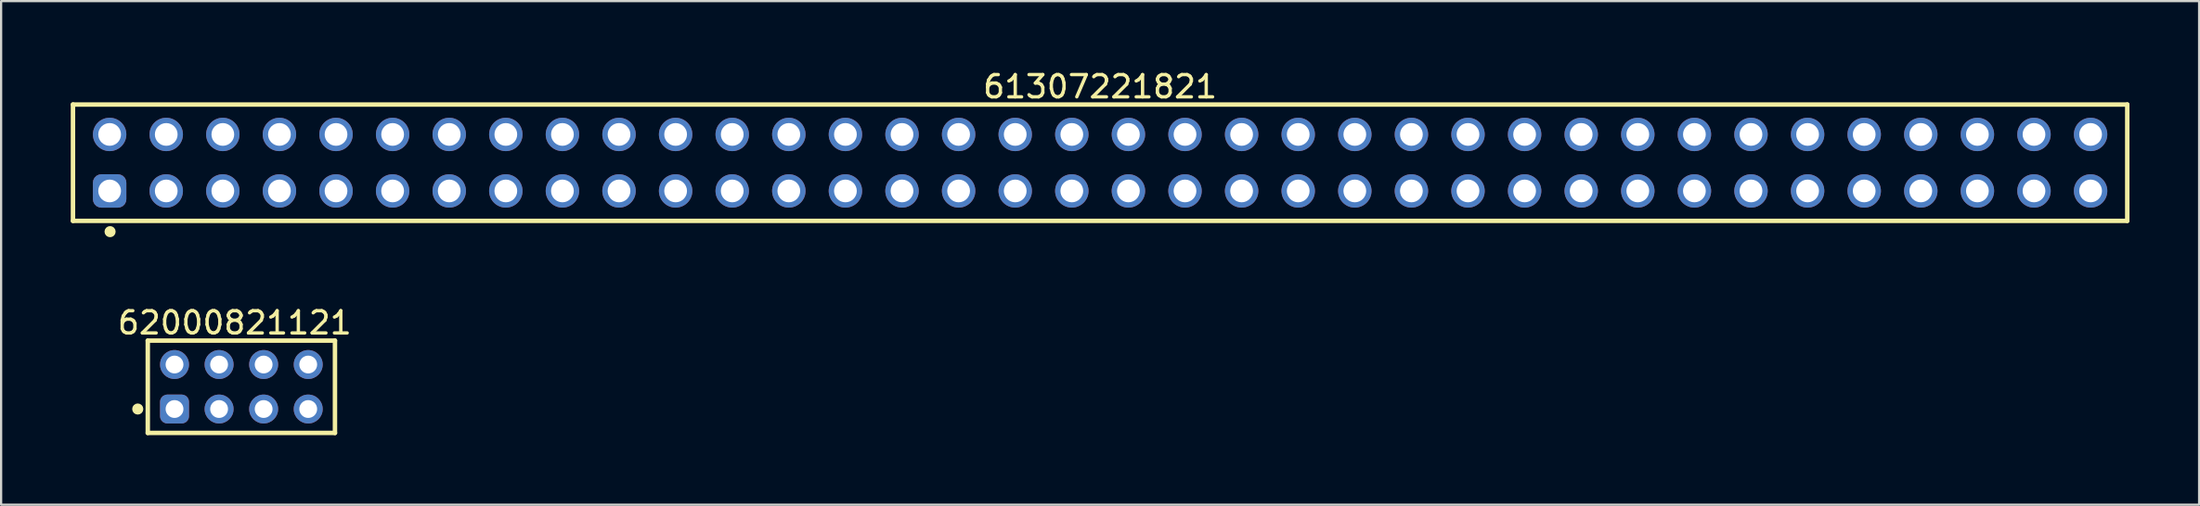
<source format=kicad_pcb>
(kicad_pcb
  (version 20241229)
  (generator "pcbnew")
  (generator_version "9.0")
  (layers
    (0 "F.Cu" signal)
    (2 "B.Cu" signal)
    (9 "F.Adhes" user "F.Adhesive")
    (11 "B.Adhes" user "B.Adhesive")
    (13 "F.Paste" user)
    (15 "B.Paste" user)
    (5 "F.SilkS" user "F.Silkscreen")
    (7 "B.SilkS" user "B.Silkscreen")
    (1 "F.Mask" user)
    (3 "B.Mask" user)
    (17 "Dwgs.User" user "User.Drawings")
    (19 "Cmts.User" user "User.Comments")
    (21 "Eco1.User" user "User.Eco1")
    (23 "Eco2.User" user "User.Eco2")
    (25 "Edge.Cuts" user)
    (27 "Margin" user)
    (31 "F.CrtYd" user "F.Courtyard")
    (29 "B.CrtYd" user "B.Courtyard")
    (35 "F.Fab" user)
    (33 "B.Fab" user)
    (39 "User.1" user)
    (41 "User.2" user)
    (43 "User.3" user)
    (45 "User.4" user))
  (footprint "62000821121"
    (layer "F.Cu")
    (at 7.782 14.336)
    (property "Reference" "62000821121" (at -0.3 -2.875 0) (layer "F.SilkS") (effects (font (size 1 1) (thickness 0.15))))
    (fp_line (start -4.2 -2.075) (end 4.2 -2.075) (stroke (width 0.2) (type solid)) (layer "F.SilkS"))
    (fp_line (start -4.2 2.075) (end -4.2 -2.075) (stroke (width 0.2) (type solid)) (layer "F.SilkS"))
    (fp_line (start -4.2 2.075) (end 4.2 2.075) (stroke (width 0.2) (type solid)) (layer "F.SilkS"))
    (fp_line (start 4.2 2.075) (end 4.2 -2.075) (stroke (width 0.2) (type solid)) (layer "F.SilkS"))
    (fp_circle (center -4.65 1) (end -4.65 0.875) (stroke (width 0.25) (type solid)) (fill no) (layer "F.SilkS"))
    (fp_line (start -4.4 -2.275) (end 4.4 -2.275) (stroke (width 0.05) (type solid)) (layer "Eco2.User"))
    (fp_line (start -4.4 2.275) (end -4.4 -2.275) (stroke (width 0.05) (type solid)) (layer "Eco2.User"))
    (fp_line (start -4.4 2.275) (end 4.4 2.275) (stroke (width 0.05) (type solid)) (layer "Eco2.User"))
    (fp_line (start -4 -2) (end 4 -2) (stroke (width 0.1) (type solid)) (layer "Eco2.User"))
    (fp_line (start -4 2) (end -4 -2) (stroke (width 0.1) (type solid)) (layer "Eco2.User"))
    (fp_line (start -4 2) (end 4 2) (stroke (width 0.1) (type solid)) (layer "Eco2.User"))
    (fp_line (start -0.5 0) (end 0.5 0) (stroke (width 0.05) (type solid)) (layer "Eco2.User"))
    (fp_line (start 0 0.5) (end 0 -0.5) (stroke (width 0.05) (type solid)) (layer "Eco2.User"))
    (fp_line (start 4 2) (end 4 -2) (stroke (width 0.1) (type solid)) (layer "Eco2.User"))
    (fp_line (start 4.4 2.275) (end 4.4 -2.275) (stroke (width 0.05) (type solid)) (layer "Eco2.User"))
    (fp_text user "${REFERENCE}" (at 0.15 -0.197 0) (unlocked yes) (layer "User.3") (effects (font (size 1.5 1.5) (thickness 0.15))))
    (pad "1" thru_hole roundrect (at -3 1) (size 1.3 1.3) (drill 0.8) (layers "*.Cu" "*.Mask") (roundrect_rratio 0.25))
    (pad "2" thru_hole circle (at -3 -1) (size 1.3 1.3) (drill 0.8) (layers "*.Cu" "*.Mask"))
    (pad "3" thru_hole circle (at -1 1) (size 1.3 1.3) (drill 0.8) (layers "*.Cu" "*.Mask"))
    (pad "4" thru_hole circle (at -1 -1) (size 1.3 1.3) (drill 0.8) (layers "*.Cu" "*.Mask"))
    (pad "5" thru_hole circle (at 1 1) (size 1.3 1.3) (drill 0.8) (layers "*.Cu" "*.Mask"))
    (pad "6" thru_hole circle (at 1 -1) (size 1.3 1.3) (drill 0.8) (layers "*.Cu" "*.Mask"))
    (pad "7" thru_hole circle (at 3 1) (size 1.3 1.3) (drill 0.8) (layers "*.Cu" "*.Mask"))
    (pad "8" thru_hole circle (at 3 -1) (size 1.3 1.3) (drill 0.8) (layers "*.Cu" "*.Mask")))
  (footprint "61307221821"
    (layer "F.Cu")
    (at 46.32 4.263)
    (property "Reference" "61307221821" (at 0 -3.415 0) (layer "F.SilkS") (effects (font (size 1 1) (thickness 0.15))))
    (fp_line (start -46.095 -2.615) (end 46.095 -2.615) (stroke (width 0.2) (type solid)) (layer "F.SilkS"))
    (fp_line (start -46.095 2.615) (end -46.095 -2.615) (stroke (width 0.2) (type solid)) (layer "F.SilkS"))
    (fp_line (start -46.095 2.615) (end 46.095 2.615) (stroke (width 0.2) (type solid)) (layer "F.SilkS"))
    (fp_line (start 46.095 2.615) (end 46.095 -2.615) (stroke (width 0.2) (type solid)) (layer "F.SilkS"))
    (fp_circle (center -44.43 3.1) (end -44.43 2.975) (stroke (width 0.25) (type solid)) (fill no) (layer "F.SilkS"))
    (fp_line (start -46.295 -2.815) (end 46.295 -2.815) (stroke (width 0.05) (type solid)) (layer "Eco2.User"))
    (fp_line (start -46.295 2.815) (end -46.295 -2.815) (stroke (width 0.05) (type solid)) (layer "Eco2.User"))
    (fp_line (start -46.295 2.815) (end 46.295 2.815) (stroke (width 0.05) (type solid)) (layer "Eco2.User"))
    (fp_line (start -45.97 -2.54) (end 45.97 -2.54) (stroke (width 0.1) (type solid)) (layer "Eco2.User"))
    (fp_line (start -45.97 2.54) (end -45.97 -2.54) (stroke (width 0.1) (type solid)) (layer "Eco2.User"))
    (fp_line (start -45.97 2.54) (end 45.97 2.54) (stroke (width 0.1) (type solid)) (layer "Eco2.User"))
    (fp_line (start -0.5 0) (end 0.5 0) (stroke (width 0.05) (type solid)) (layer "Eco2.User"))
    (fp_line (start 0 0.5) (end 0 -0.5) (stroke (width 0.05) (type solid)) (layer "Eco2.User"))
    (fp_line (start 45.97 2.54) (end 45.97 -2.54) (stroke (width 0.1) (type solid)) (layer "Eco2.User"))
    (fp_line (start 46.295 2.815) (end 46.295 -2.815) (stroke (width 0.05) (type solid)) (layer "Eco2.User"))
    (fp_text user "${REFERENCE}" (at 0.15 -0.197 0) (unlocked yes) (layer "User.3") (effects (font (size 1.5 1.5) (thickness 0.15))))
    (pad "1" thru_hole roundrect (at -44.45 1.27) (size 1.5 1.5) (drill 1.02) (layers "*.Cu" "*.Mask") (roundrect_rratio 0.25))
    (pad "2" thru_hole circle (at -44.45 -1.27) (size 1.5 1.5) (drill 1.02) (layers "*.Cu" "*.Mask"))
    (pad "3" thru_hole circle (at -41.91 1.27) (size 1.5 1.5) (drill 1.02) (layers "*.Cu" "*.Mask"))
    (pad "4" thru_hole circle (at -41.91 -1.27) (size 1.5 1.5) (drill 1.02) (layers "*.Cu" "*.Mask"))
    (pad "5" thru_hole circle (at -39.37 1.27) (size 1.5 1.5) (drill 1.02) (layers "*.Cu" "*.Mask"))
    (pad "6" thru_hole circle (at -39.37 -1.27) (size 1.5 1.5) (drill 1.02) (layers "*.Cu" "*.Mask"))
    (pad "7" thru_hole circle (at -36.83 1.27) (size 1.5 1.5) (drill 1.02) (layers "*.Cu" "*.Mask"))
    (pad "8" thru_hole circle (at -36.83 -1.27) (size 1.5 1.5) (drill 1.02) (layers "*.Cu" "*.Mask"))
    (pad "9" thru_hole circle (at -34.29 1.27) (size 1.5 1.5) (drill 1.02) (layers "*.Cu" "*.Mask"))
    (pad "10" thru_hole circle (at -34.29 -1.27) (size 1.5 1.5) (drill 1.02) (layers "*.Cu" "*.Mask"))
    (pad "11" thru_hole circle (at -31.75 1.27) (size 1.5 1.5) (drill 1.02) (layers "*.Cu" "*.Mask"))
    (pad "12" thru_hole circle (at -31.75 -1.27) (size 1.5 1.5) (drill 1.02) (layers "*.Cu" "*.Mask"))
    (pad "13" thru_hole circle (at -29.21 1.27) (size 1.5 1.5) (drill 1.02) (layers "*.Cu" "*.Mask"))
    (pad "14" thru_hole circle (at -29.21 -1.27) (size 1.5 1.5) (drill 1.02) (layers "*.Cu" "*.Mask"))
    (pad "15" thru_hole circle (at -26.67 1.27) (size 1.5 1.5) (drill 1.02) (layers "*.Cu" "*.Mask"))
    (pad "16" thru_hole circle (at -26.67 -1.27) (size 1.5 1.5) (drill 1.02) (layers "*.Cu" "*.Mask"))
    (pad "17" thru_hole circle (at -24.13 1.27) (size 1.5 1.5) (drill 1.02) (layers "*.Cu" "*.Mask"))
    (pad "18" thru_hole circle (at -24.13 -1.27) (size 1.5 1.5) (drill 1.02) (layers "*.Cu" "*.Mask"))
    (pad "19" thru_hole circle (at -21.59 1.27) (size 1.5 1.5) (drill 1.02) (layers "*.Cu" "*.Mask"))
    (pad "20" thru_hole circle (at -21.59 -1.27) (size 1.5 1.5) (drill 1.02) (layers "*.Cu" "*.Mask"))
    (pad "21" thru_hole circle (at -19.05 1.27) (size 1.5 1.5) (drill 1.02) (layers "*.Cu" "*.Mask"))
    (pad "22" thru_hole circle (at -19.05 -1.27) (size 1.5 1.5) (drill 1.02) (layers "*.Cu" "*.Mask"))
    (pad "23" thru_hole circle (at -16.51 1.27) (size 1.5 1.5) (drill 1.02) (layers "*.Cu" "*.Mask"))
    (pad "24" thru_hole circle (at -16.51 -1.27) (size 1.5 1.5) (drill 1.02) (layers "*.Cu" "*.Mask"))
    (pad "25" thru_hole circle (at -13.97 1.27) (size 1.5 1.5) (drill 1.02) (layers "*.Cu" "*.Mask"))
    (pad "26" thru_hole circle (at -13.97 -1.27) (size 1.5 1.5) (drill 1.02) (layers "*.Cu" "*.Mask"))
    (pad "27" thru_hole circle (at -11.43 1.27) (size 1.5 1.5) (drill 1.02) (layers "*.Cu" "*.Mask"))
    (pad "28" thru_hole circle (at -11.43 -1.27) (size 1.5 1.5) (drill 1.02) (layers "*.Cu" "*.Mask"))
    (pad "29" thru_hole circle (at -8.89 1.27) (size 1.5 1.5) (drill 1.02) (layers "*.Cu" "*.Mask"))
    (pad "30" thru_hole circle (at -8.89 -1.27) (size 1.5 1.5) (drill 1.02) (layers "*.Cu" "*.Mask"))
    (pad "31" thru_hole circle (at -6.35 1.27) (size 1.5 1.5) (drill 1.02) (layers "*.Cu" "*.Mask"))
    (pad "32" thru_hole circle (at -6.35 -1.27) (size 1.5 1.5) (drill 1.02) (layers "*.Cu" "*.Mask"))
    (pad "33" thru_hole circle (at -3.81 1.27) (size 1.5 1.5) (drill 1.02) (layers "*.Cu" "*.Mask"))
    (pad "34" thru_hole circle (at -3.81 -1.27) (size 1.5 1.5) (drill 1.02) (layers "*.Cu" "*.Mask"))
    (pad "35" thru_hole circle (at -1.27 1.27) (size 1.5 1.5) (drill 1.02) (layers "*.Cu" "*.Mask"))
    (pad "36" thru_hole circle (at -1.27 -1.27) (size 1.5 1.5) (drill 1.02) (layers "*.Cu" "*.Mask"))
    (pad "37" thru_hole circle (at 1.27 1.27) (size 1.5 1.5) (drill 1.02) (layers "*.Cu" "*.Mask"))
    (pad "38" thru_hole circle (at 1.27 -1.27) (size 1.5 1.5) (drill 1.02) (layers "*.Cu" "*.Mask"))
    (pad "39" thru_hole circle (at 3.81 1.27) (size 1.5 1.5) (drill 1.02) (layers "*.Cu" "*.Mask"))
    (pad "40" thru_hole circle (at 3.81 -1.27) (size 1.5 1.5) (drill 1.02) (layers "*.Cu" "*.Mask"))
    (pad "41" thru_hole circle (at 6.35 1.27) (size 1.5 1.5) (drill 1.02) (layers "*.Cu" "*.Mask"))
    (pad "42" thru_hole circle (at 6.35 -1.27) (size 1.5 1.5) (drill 1.02) (layers "*.Cu" "*.Mask"))
    (pad "43" thru_hole circle (at 8.89 1.27) (size 1.5 1.5) (drill 1.02) (layers "*.Cu" "*.Mask"))
    (pad "44" thru_hole circle (at 8.89 -1.27) (size 1.5 1.5) (drill 1.02) (layers "*.Cu" "*.Mask"))
    (pad "45" thru_hole circle (at 11.43 1.27) (size 1.5 1.5) (drill 1.02) (layers "*.Cu" "*.Mask"))
    (pad "46" thru_hole circle (at 11.43 -1.27) (size 1.5 1.5) (drill 1.02) (layers "*.Cu" "*.Mask"))
    (pad "47" thru_hole circle (at 13.97 1.27) (size 1.5 1.5) (drill 1.02) (layers "*.Cu" "*.Mask"))
    (pad "48" thru_hole circle (at 13.97 -1.27) (size 1.5 1.5) (drill 1.02) (layers "*.Cu" "*.Mask"))
    (pad "49" thru_hole circle (at 16.51 1.27) (size 1.5 1.5) (drill 1.02) (layers "*.Cu" "*.Mask"))
    (pad "50" thru_hole circle (at 16.51 -1.27) (size 1.5 1.5) (drill 1.02) (layers "*.Cu" "*.Mask"))
    (pad "51" thru_hole circle (at 19.05 1.27) (size 1.5 1.5) (drill 1.02) (layers "*.Cu" "*.Mask"))
    (pad "52" thru_hole circle (at 19.05 -1.27) (size 1.5 1.5) (drill 1.02) (layers "*.Cu" "*.Mask"))
    (pad "53" thru_hole circle (at 21.59 1.27) (size 1.5 1.5) (drill 1.02) (layers "*.Cu" "*.Mask"))
    (pad "54" thru_hole circle (at 21.59 -1.27) (size 1.5 1.5) (drill 1.02) (layers "*.Cu" "*.Mask"))
    (pad "55" thru_hole circle (at 24.13 1.27) (size 1.5 1.5) (drill 1.02) (layers "*.Cu" "*.Mask"))
    (pad "56" thru_hole circle (at 24.13 -1.27) (size 1.5 1.5) (drill 1.02) (layers "*.Cu" "*.Mask"))
    (pad "57" thru_hole circle (at 26.67 1.27) (size 1.5 1.5) (drill 1.02) (layers "*.Cu" "*.Mask"))
    (pad "58" thru_hole circle (at 26.67 -1.27) (size 1.5 1.5) (drill 1.02) (layers "*.Cu" "*.Mask"))
    (pad "59" thru_hole circle (at 29.21 1.27) (size 1.5 1.5) (drill 1.02) (layers "*.Cu" "*.Mask"))
    (pad "60" thru_hole circle (at 29.21 -1.27) (size 1.5 1.5) (drill 1.02) (layers "*.Cu" "*.Mask"))
    (pad "61" thru_hole circle (at 31.75 1.27) (size 1.5 1.5) (drill 1.02) (layers "*.Cu" "*.Mask"))
    (pad "62" thru_hole circle (at 31.75 -1.27) (size 1.5 1.5) (drill 1.02) (layers "*.Cu" "*.Mask"))
    (pad "63" thru_hole circle (at 34.29 1.27) (size 1.5 1.5) (drill 1.02) (layers "*.Cu" "*.Mask"))
    (pad "64" thru_hole circle (at 34.29 -1.27) (size 1.5 1.5) (drill 1.02) (layers "*.Cu" "*.Mask"))
    (pad "65" thru_hole circle (at 36.83 1.27) (size 1.5 1.5) (drill 1.02) (layers "*.Cu" "*.Mask"))
    (pad "66" thru_hole circle (at 36.83 -1.27) (size 1.5 1.5) (drill 1.02) (layers "*.Cu" "*.Mask"))
    (pad "67" thru_hole circle (at 39.37 1.27) (size 1.5 1.5) (drill 1.02) (layers "*.Cu" "*.Mask"))
    (pad "68" thru_hole circle (at 39.37 -1.27) (size 1.5 1.5) (drill 1.02) (layers "*.Cu" "*.Mask"))
    (pad "69" thru_hole circle (at 41.91 1.27) (size 1.5 1.5) (drill 1.02) (layers "*.Cu" "*.Mask"))
    (pad "70" thru_hole circle (at 41.91 -1.27) (size 1.5 1.5) (drill 1.02) (layers "*.Cu" "*.Mask"))
    (pad "71" thru_hole circle (at 44.45 1.27) (size 1.5 1.5) (drill 1.02) (layers "*.Cu" "*.Mask"))
    (pad "72" thru_hole circle (at 44.45 -1.27) (size 1.5 1.5) (drill 1.02) (layers "*.Cu" "*.Mask")))
  (gr_rect
    (start -3 -3)
    (end 95.64 19.637)
    (stroke (width 0.1) (type default))
    (fill no)
    (layer "Edge.Cuts")))
</source>
